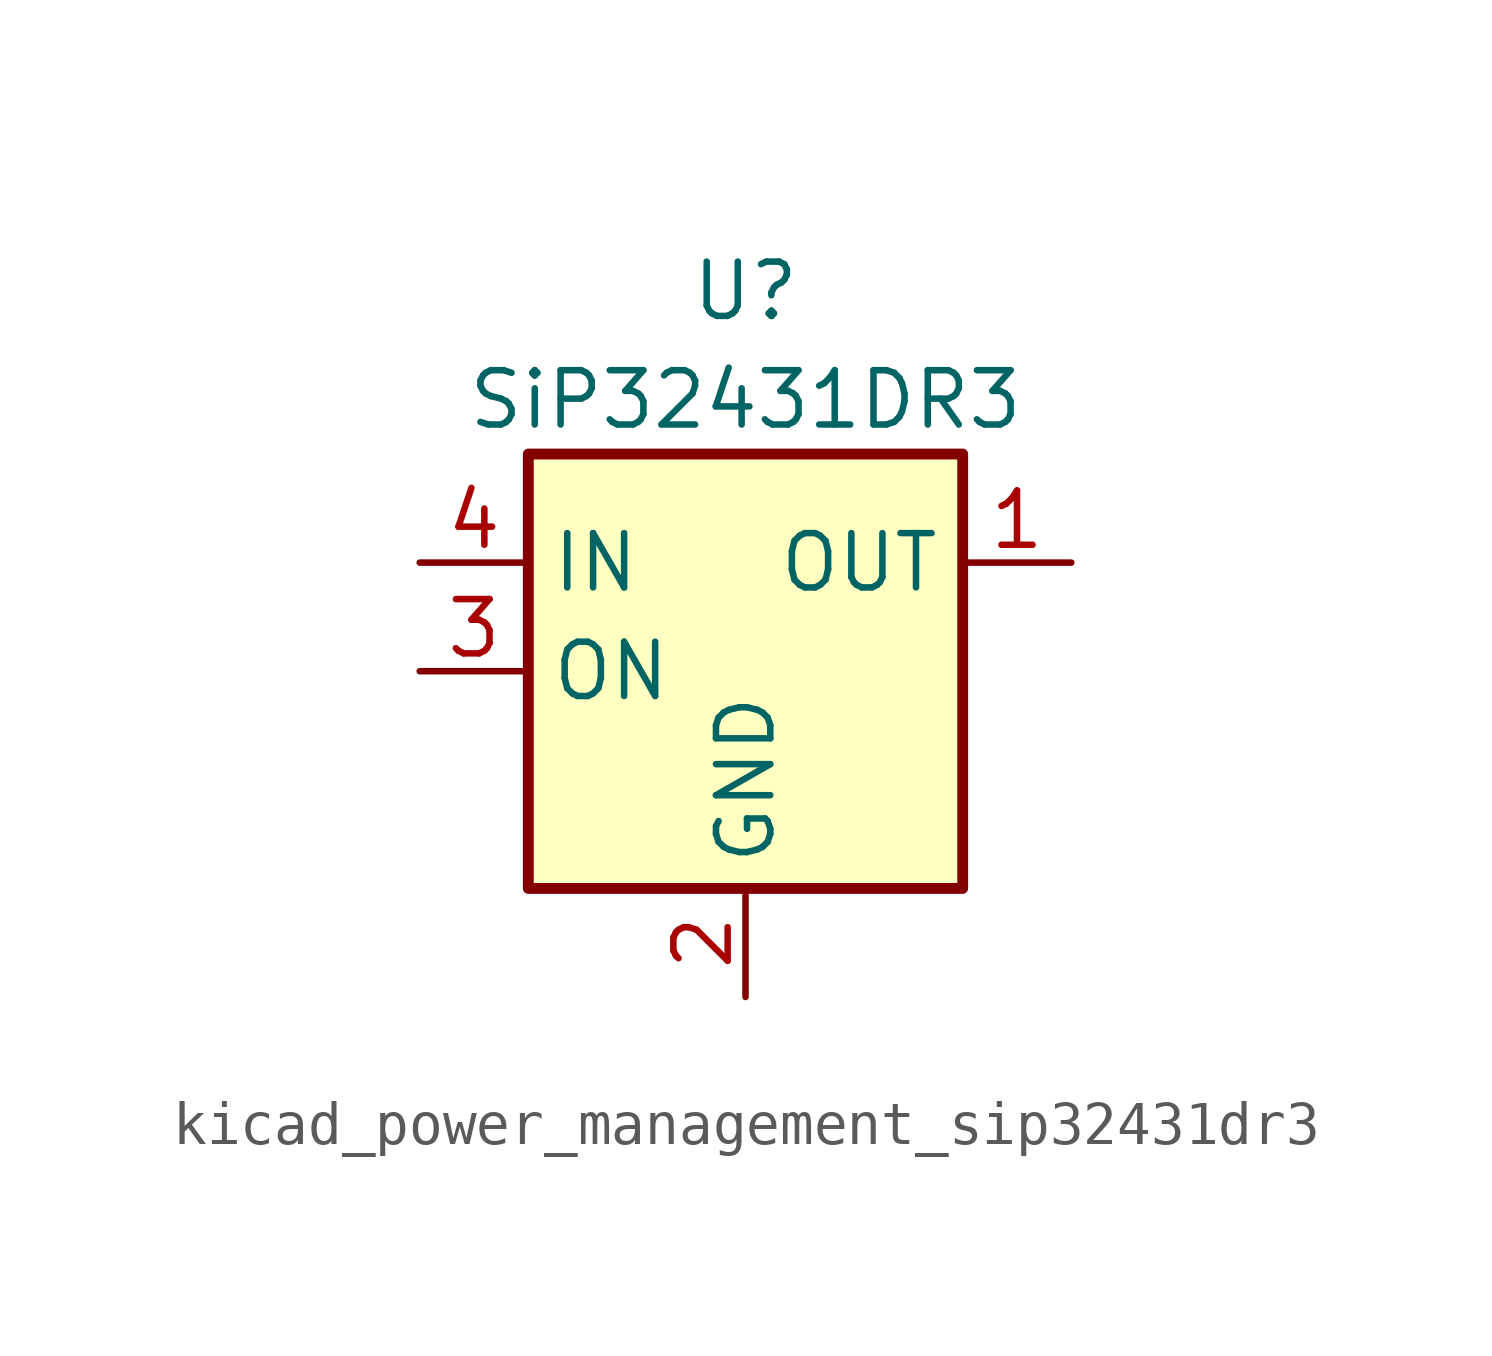
<source format=kicad_sym>
(kicad_symbol_lib
  (version 20220914)
  (generator kicad_symbol_editor)
  (symbol "kicad_power_management_sip32431dr3"
    (property "Reference" "U"
      (at 0 8.89 0)
      (effects (font (size 1.27 1.27))))
    (property "Value" "SiP32431DR3"
      (at 0 6.35 0)
      (effects (font (size 1.27 1.27))))
    (symbol "kicad_power_management_sip32431dr3_0_1"
      (rectangle (start -5.08 5.08) (end 5.08 -5.08) (stroke (width 0.254) (type default)) (fill (type background))))
    (symbol "kicad_power_management_sip32431dr3_1_1"
      (pin passive line (at 7.62 2.54 180) (length 2.54) (name "OUT" (effects (font (size 1.27 1.27)))) (number "1" (effects (font (size 1.27 1.27)))))
      (pin power_in line (at 0 -7.62 90) (length 2.54) (name "GND" (effects (font (size 1.27 1.27)))) (number "2" (effects (font (size 1.27 1.27)))))
      (pin input line (at -7.62 0 0) (length 2.54) (name "ON" (effects (font (size 1.27 1.27)))) (number "3" (effects (font (size 1.27 1.27)))))
      (pin passive line (at -7.62 2.54 0) (length 2.54) (name "IN" (effects (font (size 1.27 1.27)))) (number "4" (effects (font (size 1.27 1.27)))))
      (pin passive line (at 0 -7.62 90) (length 2.54) hide (name "GND" (effects (font (size 1.27 1.27)))) (number "5" (effects (font (size 1.27 1.27)))))
      (pin no_connect line (at 5.08 0 180) (length 2.54) hide (name "NC" (effects (font (size 1.27 1.27)))) (number "6" (effects (font (size 1.27 1.27))))))))
</source>
